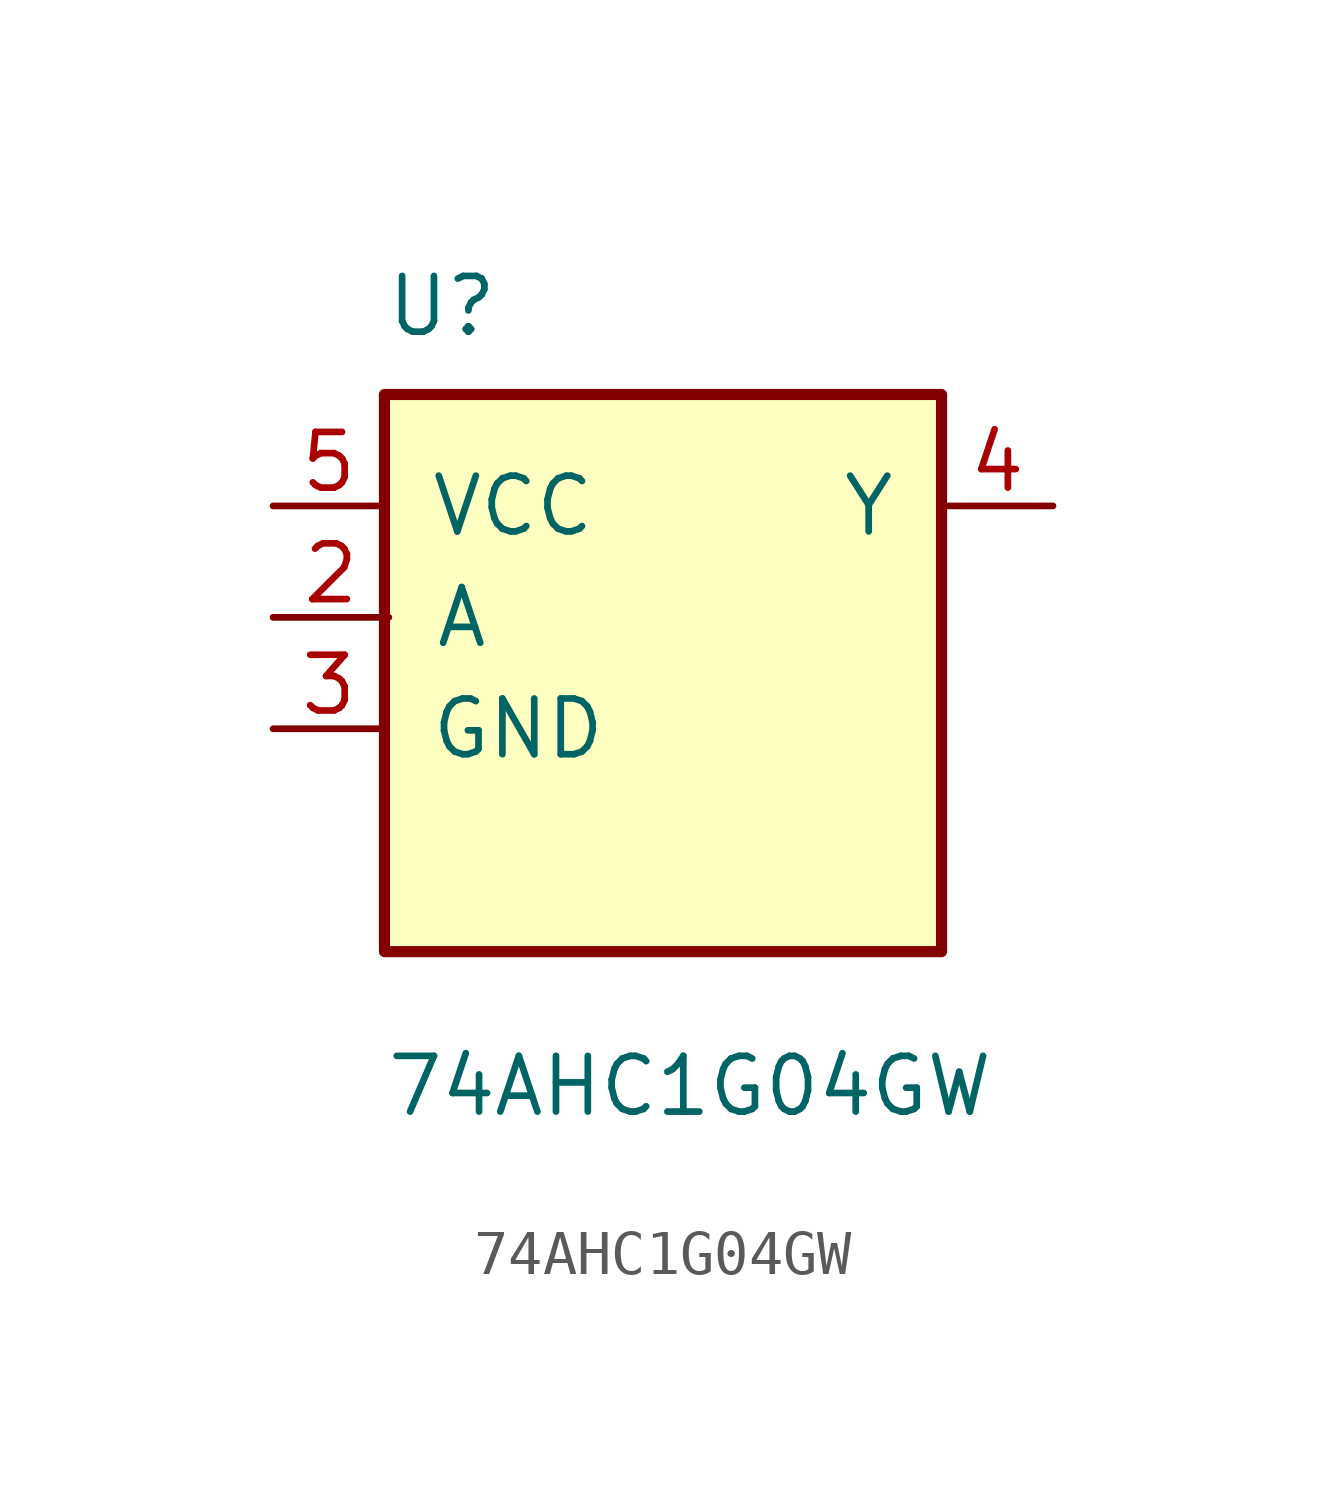
<source format=kicad_sym>
(kicad_symbol_lib
  (version 20211014)
  (generator kicad_symbol_editor)
  (symbol "74AHC1G04GW"
    (pin_names
      (offset 1.016))
    (property "Reference" "U"
      (at -6.35 7.62 0)
      (effects (font (size 1.27 1.27)) (justify left bottom)))
    (property "Value" "74AHC1G04GW"
      (at -6.35 -10.16 0)
      (effects (font (size 1.27 1.27)) (justify left bottom)))
    (symbol "74AHC1G04GW_0_0"
      (rectangle (start -6.35 6.35) (end 6.35 -6.35) (stroke (width 0.254) (type default) (color 0 0 0 0)) (fill (type background)))
      (pin no_connect line (at -8.89 -3.81 0) (length 2.54) hide (name "N.C" (effects (font (size 1.27 1.27)))) (number "1" (effects (font (size 1.27 1.27)))))
      (pin input line (at -8.89 1.27 0) (length 2.64) (name "A" (effects (font (size 1.27 1.27)))) (number "2" (effects (font (size 1.27 1.27)))))
      (pin passive line (at -8.89 -1.27 0) (length 2.54) (name "GND" (effects (font (size 1.27 1.27)))) (number "3" (effects (font (size 1.27 1.27)))))
      (pin output line (at 8.89 3.81 180) (length 2.54) (name "Y" (effects (font (size 1.27 1.27)))) (number "4" (effects (font (size 1.27 1.27)))))
      (pin power_in line (at -8.89 3.81 0) (length 2.54) (name "VCC" (effects (font (size 1.27 1.27)))) (number "5" (effects (font (size 1.27 1.27))))))))
</source>
